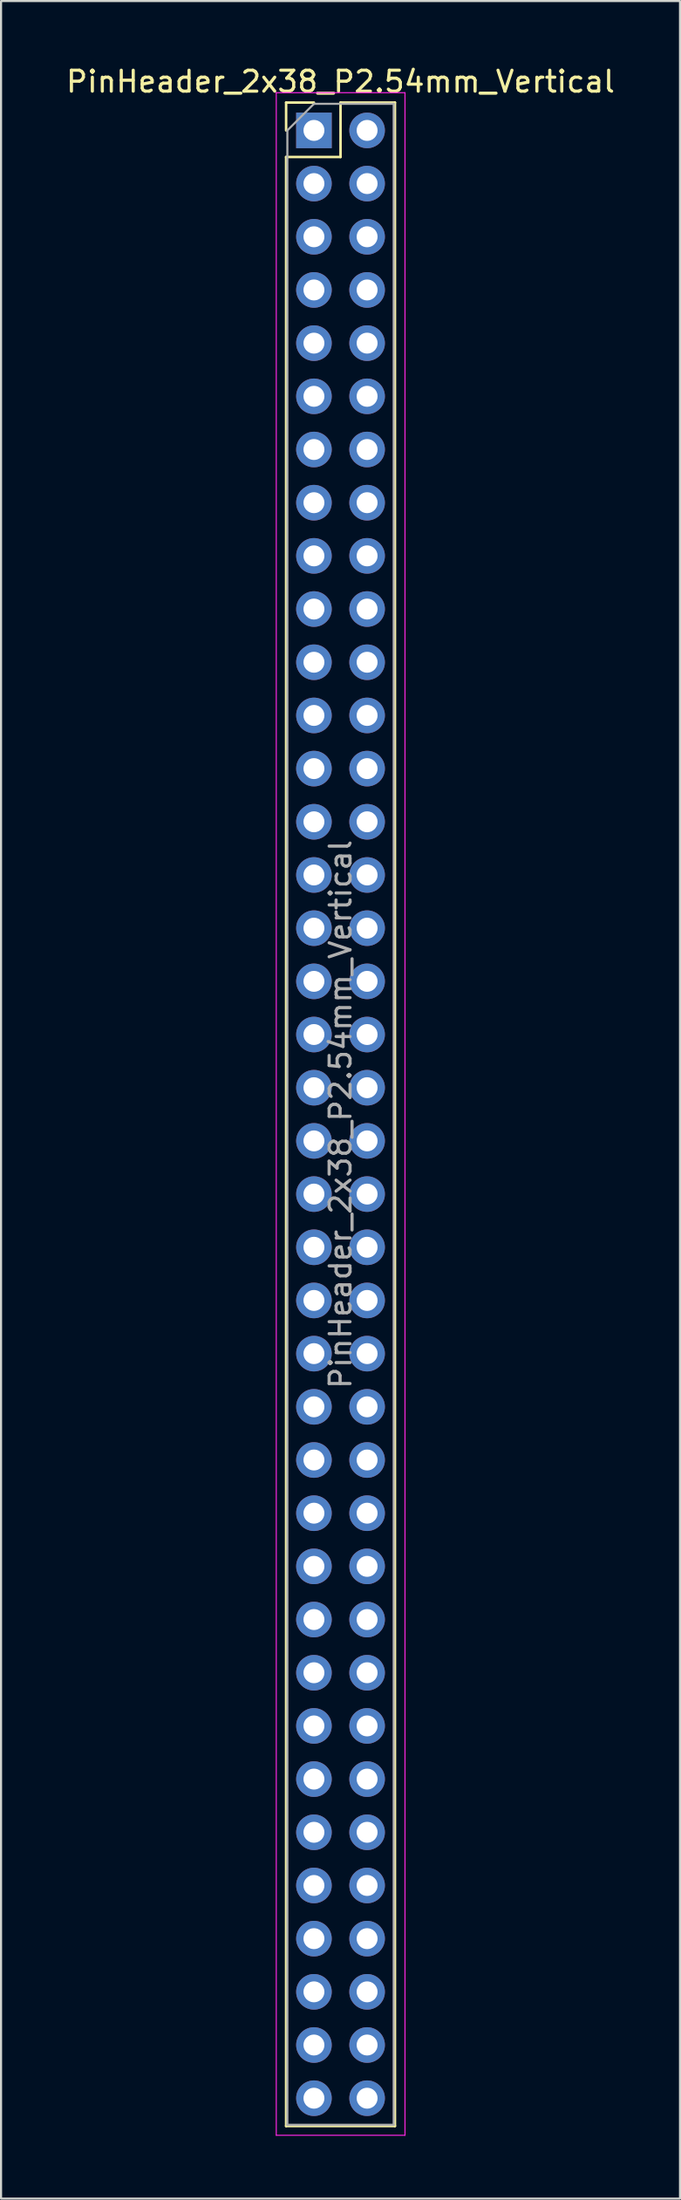
<source format=kicad_pcb>
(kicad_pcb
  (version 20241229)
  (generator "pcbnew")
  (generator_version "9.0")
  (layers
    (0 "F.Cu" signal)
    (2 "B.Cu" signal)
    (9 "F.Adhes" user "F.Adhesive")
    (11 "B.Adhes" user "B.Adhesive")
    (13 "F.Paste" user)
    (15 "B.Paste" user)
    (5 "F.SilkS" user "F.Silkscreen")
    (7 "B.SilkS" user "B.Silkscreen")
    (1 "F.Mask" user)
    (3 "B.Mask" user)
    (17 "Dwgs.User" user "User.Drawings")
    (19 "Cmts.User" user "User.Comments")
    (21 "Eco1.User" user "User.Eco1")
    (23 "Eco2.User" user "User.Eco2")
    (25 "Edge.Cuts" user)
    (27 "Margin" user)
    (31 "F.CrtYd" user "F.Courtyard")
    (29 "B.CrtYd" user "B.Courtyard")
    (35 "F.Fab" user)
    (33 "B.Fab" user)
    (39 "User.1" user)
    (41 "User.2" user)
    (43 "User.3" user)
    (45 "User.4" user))
  (footprint "PinHeader_2x38_P2.54mm_Vertical"
    (layer "F.Cu")
    (at 11.95 3.178)
    (property "Reference" "PinHeader_2x38_P2.54mm_Vertical" (at 1.27 -2.33 0) (layer "F.SilkS") (effects (font (size 1 1) (thickness 0.15))))
    (attr through_hole)
    (fp_line (start -1.33 -1.33) (end 0 -1.33) (stroke (width 0.12) (type solid)) (layer "F.SilkS"))
    (fp_line (start -1.33 0) (end -1.33 -1.33) (stroke (width 0.12) (type solid)) (layer "F.SilkS"))
    (fp_line (start -1.33 1.27) (end -1.33 95.31) (stroke (width 0.12) (type solid)) (layer "F.SilkS"))
    (fp_line (start -1.33 1.27) (end 1.27 1.27) (stroke (width 0.12) (type solid)) (layer "F.SilkS"))
    (fp_line (start -1.33 95.31) (end 3.87 95.31) (stroke (width 0.12) (type solid)) (layer "F.SilkS"))
    (fp_line (start 1.27 -1.33) (end 3.87 -1.33) (stroke (width 0.12) (type solid)) (layer "F.SilkS"))
    (fp_line (start 1.27 1.27) (end 1.27 -1.33) (stroke (width 0.12) (type solid)) (layer "F.SilkS"))
    (fp_line (start 3.87 -1.33) (end 3.87 95.31) (stroke (width 0.12) (type solid)) (layer "F.SilkS"))
    (fp_line (start -1.8 -1.8) (end -1.8 95.75) (stroke (width 0.05) (type solid)) (layer "F.CrtYd"))
    (fp_line (start -1.8 95.75) (end 4.35 95.75) (stroke (width 0.05) (type solid)) (layer "F.CrtYd"))
    (fp_line (start 4.35 -1.8) (end -1.8 -1.8) (stroke (width 0.05) (type solid)) (layer "F.CrtYd"))
    (fp_line (start 4.35 95.75) (end 4.35 -1.8) (stroke (width 0.05) (type solid)) (layer "F.CrtYd"))
    (fp_line (start -1.27 0) (end 0 -1.27) (stroke (width 0.1) (type solid)) (layer "F.Fab"))
    (fp_line (start -1.27 95.25) (end -1.27 0) (stroke (width 0.1) (type solid)) (layer "F.Fab"))
    (fp_line (start 0 -1.27) (end 3.81 -1.27) (stroke (width 0.1) (type solid)) (layer "F.Fab"))
    (fp_line (start 3.81 -1.27) (end 3.81 95.25) (stroke (width 0.1) (type solid)) (layer "F.Fab"))
    (fp_line (start 3.81 95.25) (end -1.27 95.25) (stroke (width 0.1) (type solid)) (layer "F.Fab"))
    (fp_text user "${REFERENCE}" (at 1.27 46.99 90) (layer "F.Fab") (effects (font (size 1 1) (thickness 0.15))))
    (pad "1" thru_hole rect (at 0 0) (size 1.7 1.7) (drill 1) (layers "*.Cu" "*.Mask"))
    (pad "2" thru_hole oval (at 2.54 0) (size 1.7 1.7) (drill 1) (layers "*.Cu" "*.Mask"))
    (pad "3" thru_hole oval (at 0 2.54) (size 1.7 1.7) (drill 1) (layers "*.Cu" "*.Mask"))
    (pad "4" thru_hole oval (at 2.54 2.54) (size 1.7 1.7) (drill 1) (layers "*.Cu" "*.Mask"))
    (pad "5" thru_hole oval (at 0 5.08) (size 1.7 1.7) (drill 1) (layers "*.Cu" "*.Mask"))
    (pad "6" thru_hole oval (at 2.54 5.08) (size 1.7 1.7) (drill 1) (layers "*.Cu" "*.Mask"))
    (pad "7" thru_hole oval (at 0 7.62) (size 1.7 1.7) (drill 1) (layers "*.Cu" "*.Mask"))
    (pad "8" thru_hole oval (at 2.54 7.62) (size 1.7 1.7) (drill 1) (layers "*.Cu" "*.Mask"))
    (pad "9" thru_hole oval (at 0 10.16) (size 1.7 1.7) (drill 1) (layers "*.Cu" "*.Mask"))
    (pad "10" thru_hole oval (at 2.54 10.16) (size 1.7 1.7) (drill 1) (layers "*.Cu" "*.Mask"))
    (pad "11" thru_hole oval (at 0 12.7) (size 1.7 1.7) (drill 1) (layers "*.Cu" "*.Mask"))
    (pad "12" thru_hole oval (at 2.54 12.7) (size 1.7 1.7) (drill 1) (layers "*.Cu" "*.Mask"))
    (pad "13" thru_hole oval (at 0 15.24) (size 1.7 1.7) (drill 1) (layers "*.Cu" "*.Mask"))
    (pad "14" thru_hole oval (at 2.54 15.24) (size 1.7 1.7) (drill 1) (layers "*.Cu" "*.Mask"))
    (pad "15" thru_hole oval (at 0 17.78) (size 1.7 1.7) (drill 1) (layers "*.Cu" "*.Mask"))
    (pad "16" thru_hole oval (at 2.54 17.78) (size 1.7 1.7) (drill 1) (layers "*.Cu" "*.Mask"))
    (pad "17" thru_hole oval (at 0 20.32) (size 1.7 1.7) (drill 1) (layers "*.Cu" "*.Mask"))
    (pad "18" thru_hole oval (at 2.54 20.32) (size 1.7 1.7) (drill 1) (layers "*.Cu" "*.Mask"))
    (pad "19" thru_hole oval (at 0 22.86) (size 1.7 1.7) (drill 1) (layers "*.Cu" "*.Mask"))
    (pad "20" thru_hole oval (at 2.54 22.86) (size 1.7 1.7) (drill 1) (layers "*.Cu" "*.Mask"))
    (pad "21" thru_hole oval (at 0 25.4) (size 1.7 1.7) (drill 1) (layers "*.Cu" "*.Mask"))
    (pad "22" thru_hole oval (at 2.54 25.4) (size 1.7 1.7) (drill 1) (layers "*.Cu" "*.Mask"))
    (pad "23" thru_hole oval (at 0 27.94) (size 1.7 1.7) (drill 1) (layers "*.Cu" "*.Mask"))
    (pad "24" thru_hole oval (at 2.54 27.94) (size 1.7 1.7) (drill 1) (layers "*.Cu" "*.Mask"))
    (pad "25" thru_hole oval (at 0 30.48) (size 1.7 1.7) (drill 1) (layers "*.Cu" "*.Mask"))
    (pad "26" thru_hole oval (at 2.54 30.48) (size 1.7 1.7) (drill 1) (layers "*.Cu" "*.Mask"))
    (pad "27" thru_hole oval (at 0 33.02) (size 1.7 1.7) (drill 1) (layers "*.Cu" "*.Mask"))
    (pad "28" thru_hole oval (at 2.54 33.02) (size 1.7 1.7) (drill 1) (layers "*.Cu" "*.Mask"))
    (pad "29" thru_hole oval (at 0 35.56) (size 1.7 1.7) (drill 1) (layers "*.Cu" "*.Mask"))
    (pad "30" thru_hole oval (at 2.54 35.56) (size 1.7 1.7) (drill 1) (layers "*.Cu" "*.Mask"))
    (pad "31" thru_hole oval (at 0 38.1) (size 1.7 1.7) (drill 1) (layers "*.Cu" "*.Mask"))
    (pad "32" thru_hole oval (at 2.54 38.1) (size 1.7 1.7) (drill 1) (layers "*.Cu" "*.Mask"))
    (pad "33" thru_hole oval (at 0 40.64) (size 1.7 1.7) (drill 1) (layers "*.Cu" "*.Mask"))
    (pad "34" thru_hole oval (at 2.54 40.64) (size 1.7 1.7) (drill 1) (layers "*.Cu" "*.Mask"))
    (pad "35" thru_hole oval (at 0 43.18) (size 1.7 1.7) (drill 1) (layers "*.Cu" "*.Mask"))
    (pad "36" thru_hole oval (at 2.54 43.18) (size 1.7 1.7) (drill 1) (layers "*.Cu" "*.Mask"))
    (pad "37" thru_hole oval (at 0 45.72) (size 1.7 1.7) (drill 1) (layers "*.Cu" "*.Mask"))
    (pad "38" thru_hole oval (at 2.54 45.72) (size 1.7 1.7) (drill 1) (layers "*.Cu" "*.Mask"))
    (pad "39" thru_hole oval (at 0 48.26) (size 1.7 1.7) (drill 1) (layers "*.Cu" "*.Mask"))
    (pad "40" thru_hole oval (at 2.54 48.26) (size 1.7 1.7) (drill 1) (layers "*.Cu" "*.Mask"))
    (pad "41" thru_hole oval (at 0 50.8) (size 1.7 1.7) (drill 1) (layers "*.Cu" "*.Mask"))
    (pad "42" thru_hole oval (at 2.54 50.8) (size 1.7 1.7) (drill 1) (layers "*.Cu" "*.Mask"))
    (pad "43" thru_hole oval (at 0 53.34) (size 1.7 1.7) (drill 1) (layers "*.Cu" "*.Mask"))
    (pad "44" thru_hole oval (at 2.54 53.34) (size 1.7 1.7) (drill 1) (layers "*.Cu" "*.Mask"))
    (pad "45" thru_hole oval (at 0 55.88) (size 1.7 1.7) (drill 1) (layers "*.Cu" "*.Mask"))
    (pad "46" thru_hole oval (at 2.54 55.88) (size 1.7 1.7) (drill 1) (layers "*.Cu" "*.Mask"))
    (pad "47" thru_hole oval (at 0 58.42) (size 1.7 1.7) (drill 1) (layers "*.Cu" "*.Mask"))
    (pad "48" thru_hole oval (at 2.54 58.42) (size 1.7 1.7) (drill 1) (layers "*.Cu" "*.Mask"))
    (pad "49" thru_hole oval (at 0 60.96) (size 1.7 1.7) (drill 1) (layers "*.Cu" "*.Mask"))
    (pad "50" thru_hole oval (at 2.54 60.96) (size 1.7 1.7) (drill 1) (layers "*.Cu" "*.Mask"))
    (pad "51" thru_hole oval (at 0 63.5) (size 1.7 1.7) (drill 1) (layers "*.Cu" "*.Mask"))
    (pad "52" thru_hole oval (at 2.54 63.5) (size 1.7 1.7) (drill 1) (layers "*.Cu" "*.Mask"))
    (pad "53" thru_hole oval (at 0 66.04) (size 1.7 1.7) (drill 1) (layers "*.Cu" "*.Mask"))
    (pad "54" thru_hole oval (at 2.54 66.04) (size 1.7 1.7) (drill 1) (layers "*.Cu" "*.Mask"))
    (pad "55" thru_hole oval (at 0 68.58) (size 1.7 1.7) (drill 1) (layers "*.Cu" "*.Mask"))
    (pad "56" thru_hole oval (at 2.54 68.58) (size 1.7 1.7) (drill 1) (layers "*.Cu" "*.Mask"))
    (pad "57" thru_hole oval (at 0 71.12) (size 1.7 1.7) (drill 1) (layers "*.Cu" "*.Mask"))
    (pad "58" thru_hole oval (at 2.54 71.12) (size 1.7 1.7) (drill 1) (layers "*.Cu" "*.Mask"))
    (pad "59" thru_hole oval (at 0 73.66) (size 1.7 1.7) (drill 1) (layers "*.Cu" "*.Mask"))
    (pad "60" thru_hole oval (at 2.54 73.66) (size 1.7 1.7) (drill 1) (layers "*.Cu" "*.Mask"))
    (pad "61" thru_hole oval (at 0 76.2) (size 1.7 1.7) (drill 1) (layers "*.Cu" "*.Mask"))
    (pad "62" thru_hole oval (at 2.54 76.2) (size 1.7 1.7) (drill 1) (layers "*.Cu" "*.Mask"))
    (pad "63" thru_hole oval (at 0 78.74) (size 1.7 1.7) (drill 1) (layers "*.Cu" "*.Mask"))
    (pad "64" thru_hole oval (at 2.54 78.74) (size 1.7 1.7) (drill 1) (layers "*.Cu" "*.Mask"))
    (pad "65" thru_hole oval (at 0 81.28) (size 1.7 1.7) (drill 1) (layers "*.Cu" "*.Mask"))
    (pad "66" thru_hole oval (at 2.54 81.28) (size 1.7 1.7) (drill 1) (layers "*.Cu" "*.Mask"))
    (pad "67" thru_hole oval (at 0 83.82) (size 1.7 1.7) (drill 1) (layers "*.Cu" "*.Mask"))
    (pad "68" thru_hole oval (at 2.54 83.82) (size 1.7 1.7) (drill 1) (layers "*.Cu" "*.Mask"))
    (pad "69" thru_hole oval (at 0 86.36) (size 1.7 1.7) (drill 1) (layers "*.Cu" "*.Mask"))
    (pad "70" thru_hole oval (at 2.54 86.36) (size 1.7 1.7) (drill 1) (layers "*.Cu" "*.Mask"))
    (pad "71" thru_hole oval (at 0 88.9) (size 1.7 1.7) (drill 1) (layers "*.Cu" "*.Mask"))
    (pad "72" thru_hole oval (at 2.54 88.9) (size 1.7 1.7) (drill 1) (layers "*.Cu" "*.Mask"))
    (pad "73" thru_hole oval (at 0 91.44) (size 1.7 1.7) (drill 1) (layers "*.Cu" "*.Mask"))
    (pad "74" thru_hole oval (at 2.54 91.44) (size 1.7 1.7) (drill 1) (layers "*.Cu" "*.Mask"))
    (pad "75" thru_hole oval (at 0 93.98) (size 1.7 1.7) (drill 1) (layers "*.Cu" "*.Mask"))
    (pad "76" thru_hole oval (at 2.54 93.98) (size 1.7 1.7) (drill 1) (layers "*.Cu" "*.Mask")))
  (gr_rect
    (start -3 -3)
    (end 29.44 101.953)
    (stroke (width 0.1) (type default))
    (fill no)
    (layer "Edge.Cuts")))
</source>
